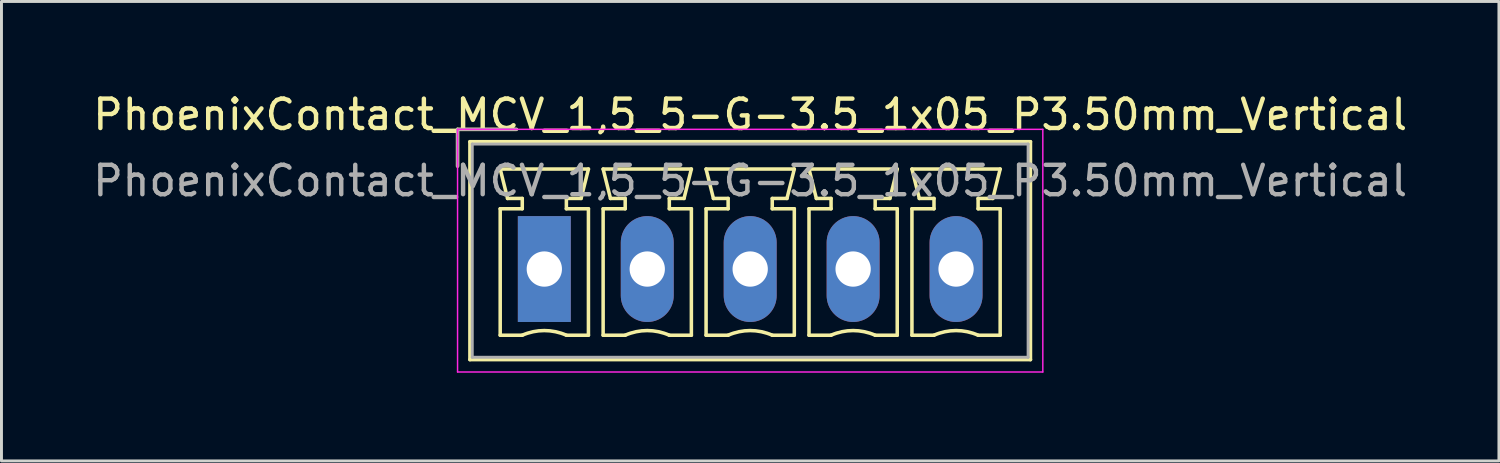
<source format=kicad_pcb>
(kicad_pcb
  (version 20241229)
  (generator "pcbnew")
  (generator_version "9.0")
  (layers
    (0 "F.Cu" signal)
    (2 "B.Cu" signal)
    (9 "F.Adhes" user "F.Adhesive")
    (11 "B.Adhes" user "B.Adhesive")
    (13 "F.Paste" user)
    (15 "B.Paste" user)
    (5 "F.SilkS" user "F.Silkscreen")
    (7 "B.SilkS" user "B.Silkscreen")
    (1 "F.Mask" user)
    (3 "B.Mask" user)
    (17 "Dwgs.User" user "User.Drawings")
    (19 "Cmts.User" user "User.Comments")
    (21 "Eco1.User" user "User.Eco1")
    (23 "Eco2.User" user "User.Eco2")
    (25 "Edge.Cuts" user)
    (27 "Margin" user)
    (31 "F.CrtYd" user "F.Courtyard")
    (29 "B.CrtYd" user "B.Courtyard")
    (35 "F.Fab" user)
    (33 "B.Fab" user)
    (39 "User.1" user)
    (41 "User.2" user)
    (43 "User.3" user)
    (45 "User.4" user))
  (footprint "PhoenixContact_MCV_1,5_5-G-3.5_1x05_P3.50mm_Vertical"
    (layer "F.Cu")
    (at 15.458 6.098)
    (property "Reference" "PhoenixContact_MCV_1,5_5-G-3.5_1x05_P3.50mm_Vertical" (at 7 -5.25 0) (layer "F.SilkS") (effects (font (size 1 1) (thickness 0.15))))
    (attr through_hole)
    (fp_line (start -2.95 -4.75) (end -0.95 -4.75) (stroke (width 0.12) (type solid)) (layer "F.SilkS"))
    (fp_line (start -2.95 -3.5) (end -2.95 -4.75) (stroke (width 0.12) (type solid)) (layer "F.SilkS"))
    (fp_line (start -2.53 -4.33) (end -2.53 3.08) (stroke (width 0.12) (type solid)) (layer "F.SilkS"))
    (fp_line (start -2.53 3.08) (end 16.53 3.08) (stroke (width 0.12) (type solid)) (layer "F.SilkS"))
    (fp_line (start -1.5 -3.4) (end 1.5 -3.4) (stroke (width 0.12) (type solid)) (layer "F.SilkS"))
    (fp_line (start -1.5 -2.05) (end -0.75 -2.05) (stroke (width 0.12) (type solid)) (layer "F.SilkS"))
    (fp_line (start -1.5 2.25) (end -1.5 -2.05) (stroke (width 0.12) (type solid)) (layer "F.SilkS"))
    (fp_line (start -1.25 -2.4) (end -1.5 -3.4) (stroke (width 0.12) (type solid)) (layer "F.SilkS"))
    (fp_line (start -0.75 -2.4) (end -1.25 -2.4) (stroke (width 0.12) (type solid)) (layer "F.SilkS"))
    (fp_line (start -0.75 -2.05) (end -0.75 -2.4) (stroke (width 0.12) (type solid)) (layer "F.SilkS"))
    (fp_line (start -0.75 2.25) (end -1.5 2.25) (stroke (width 0.12) (type solid)) (layer "F.SilkS"))
    (fp_line (start 0.75 -2.4) (end 0.75 -2.05) (stroke (width 0.12) (type solid)) (layer "F.SilkS"))
    (fp_line (start 0.75 -2.05) (end 1.5 -2.05) (stroke (width 0.12) (type solid)) (layer "F.SilkS"))
    (fp_line (start 1.25 -2.4) (end 0.75 -2.4) (stroke (width 0.12) (type solid)) (layer "F.SilkS"))
    (fp_line (start 1.5 -3.4) (end 1.25 -2.4) (stroke (width 0.12) (type solid)) (layer "F.SilkS"))
    (fp_line (start 1.5 -2.05) (end 1.5 2.25) (stroke (width 0.12) (type solid)) (layer "F.SilkS"))
    (fp_line (start 1.5 2.25) (end 0.75 2.25) (stroke (width 0.12) (type solid)) (layer "F.SilkS"))
    (fp_line (start 2 -3.4) (end 5 -3.4) (stroke (width 0.12) (type solid)) (layer "F.SilkS"))
    (fp_line (start 2 -2.05) (end 2.75 -2.05) (stroke (width 0.12) (type solid)) (layer "F.SilkS"))
    (fp_line (start 2 2.25) (end 2 -2.05) (stroke (width 0.12) (type solid)) (layer "F.SilkS"))
    (fp_line (start 2.25 -2.4) (end 2 -3.4) (stroke (width 0.12) (type solid)) (layer "F.SilkS"))
    (fp_line (start 2.75 -2.4) (end 2.25 -2.4) (stroke (width 0.12) (type solid)) (layer "F.SilkS"))
    (fp_line (start 2.75 -2.05) (end 2.75 -2.4) (stroke (width 0.12) (type solid)) (layer "F.SilkS"))
    (fp_line (start 2.75 2.25) (end 2 2.25) (stroke (width 0.12) (type solid)) (layer "F.SilkS"))
    (fp_line (start 4.25 -2.4) (end 4.25 -2.05) (stroke (width 0.12) (type solid)) (layer "F.SilkS"))
    (fp_line (start 4.25 -2.05) (end 5 -2.05) (stroke (width 0.12) (type solid)) (layer "F.SilkS"))
    (fp_line (start 4.75 -2.4) (end 4.25 -2.4) (stroke (width 0.12) (type solid)) (layer "F.SilkS"))
    (fp_line (start 5 -3.4) (end 4.75 -2.4) (stroke (width 0.12) (type solid)) (layer "F.SilkS"))
    (fp_line (start 5 -2.05) (end 5 2.25) (stroke (width 0.12) (type solid)) (layer "F.SilkS"))
    (fp_line (start 5 2.25) (end 4.25 2.25) (stroke (width 0.12) (type solid)) (layer "F.SilkS"))
    (fp_line (start 5.5 -3.4) (end 8.5 -3.4) (stroke (width 0.12) (type solid)) (layer "F.SilkS"))
    (fp_line (start 5.5 -2.05) (end 6.25 -2.05) (stroke (width 0.12) (type solid)) (layer "F.SilkS"))
    (fp_line (start 5.5 2.25) (end 5.5 -2.05) (stroke (width 0.12) (type solid)) (layer "F.SilkS"))
    (fp_line (start 5.75 -2.4) (end 5.5 -3.4) (stroke (width 0.12) (type solid)) (layer "F.SilkS"))
    (fp_line (start 6.25 -2.4) (end 5.75 -2.4) (stroke (width 0.12) (type solid)) (layer "F.SilkS"))
    (fp_line (start 6.25 -2.05) (end 6.25 -2.4) (stroke (width 0.12) (type solid)) (layer "F.SilkS"))
    (fp_line (start 6.25 2.25) (end 5.5 2.25) (stroke (width 0.12) (type solid)) (layer "F.SilkS"))
    (fp_line (start 7.75 -2.4) (end 7.75 -2.05) (stroke (width 0.12) (type solid)) (layer "F.SilkS"))
    (fp_line (start 7.75 -2.05) (end 8.5 -2.05) (stroke (width 0.12) (type solid)) (layer "F.SilkS"))
    (fp_line (start 8.25 -2.4) (end 7.75 -2.4) (stroke (width 0.12) (type solid)) (layer "F.SilkS"))
    (fp_line (start 8.5 -3.4) (end 8.25 -2.4) (stroke (width 0.12) (type solid)) (layer "F.SilkS"))
    (fp_line (start 8.5 -2.05) (end 8.5 2.25) (stroke (width 0.12) (type solid)) (layer "F.SilkS"))
    (fp_line (start 8.5 2.25) (end 7.75 2.25) (stroke (width 0.12) (type solid)) (layer "F.SilkS"))
    (fp_line (start 9 -3.4) (end 12 -3.4) (stroke (width 0.12) (type solid)) (layer "F.SilkS"))
    (fp_line (start 9 -2.05) (end 9.75 -2.05) (stroke (width 0.12) (type solid)) (layer "F.SilkS"))
    (fp_line (start 9 2.25) (end 9 -2.05) (stroke (width 0.12) (type solid)) (layer "F.SilkS"))
    (fp_line (start 9.25 -2.4) (end 9 -3.4) (stroke (width 0.12) (type solid)) (layer "F.SilkS"))
    (fp_line (start 9.75 -2.4) (end 9.25 -2.4) (stroke (width 0.12) (type solid)) (layer "F.SilkS"))
    (fp_line (start 9.75 -2.05) (end 9.75 -2.4) (stroke (width 0.12) (type solid)) (layer "F.SilkS"))
    (fp_line (start 9.75 2.25) (end 9 2.25) (stroke (width 0.12) (type solid)) (layer "F.SilkS"))
    (fp_line (start 11.25 -2.4) (end 11.25 -2.05) (stroke (width 0.12) (type solid)) (layer "F.SilkS"))
    (fp_line (start 11.25 -2.05) (end 12 -2.05) (stroke (width 0.12) (type solid)) (layer "F.SilkS"))
    (fp_line (start 11.75 -2.4) (end 11.25 -2.4) (stroke (width 0.12) (type solid)) (layer "F.SilkS"))
    (fp_line (start 12 -3.4) (end 11.75 -2.4) (stroke (width 0.12) (type solid)) (layer "F.SilkS"))
    (fp_line (start 12 -2.05) (end 12 2.25) (stroke (width 0.12) (type solid)) (layer "F.SilkS"))
    (fp_line (start 12 2.25) (end 11.25 2.25) (stroke (width 0.12) (type solid)) (layer "F.SilkS"))
    (fp_line (start 12.5 -3.4) (end 15.5 -3.4) (stroke (width 0.12) (type solid)) (layer "F.SilkS"))
    (fp_line (start 12.5 -2.05) (end 13.25 -2.05) (stroke (width 0.12) (type solid)) (layer "F.SilkS"))
    (fp_line (start 12.5 2.25) (end 12.5 -2.05) (stroke (width 0.12) (type solid)) (layer "F.SilkS"))
    (fp_line (start 12.75 -2.4) (end 12.5 -3.4) (stroke (width 0.12) (type solid)) (layer "F.SilkS"))
    (fp_line (start 13.25 -2.4) (end 12.75 -2.4) (stroke (width 0.12) (type solid)) (layer "F.SilkS"))
    (fp_line (start 13.25 -2.05) (end 13.25 -2.4) (stroke (width 0.12) (type solid)) (layer "F.SilkS"))
    (fp_line (start 13.25 2.25) (end 12.5 2.25) (stroke (width 0.12) (type solid)) (layer "F.SilkS"))
    (fp_line (start 14.75 -2.4) (end 14.75 -2.05) (stroke (width 0.12) (type solid)) (layer "F.SilkS"))
    (fp_line (start 14.75 -2.05) (end 15.5 -2.05) (stroke (width 0.12) (type solid)) (layer "F.SilkS"))
    (fp_line (start 15.25 -2.4) (end 14.75 -2.4) (stroke (width 0.12) (type solid)) (layer "F.SilkS"))
    (fp_line (start 15.5 -3.4) (end 15.25 -2.4) (stroke (width 0.12) (type solid)) (layer "F.SilkS"))
    (fp_line (start 15.5 -2.05) (end 15.5 2.25) (stroke (width 0.12) (type solid)) (layer "F.SilkS"))
    (fp_line (start 15.5 2.25) (end 14.75 2.25) (stroke (width 0.12) (type solid)) (layer "F.SilkS"))
    (fp_line (start 16.53 -4.33) (end -2.53 -4.33) (stroke (width 0.12) (type solid)) (layer "F.SilkS"))
    (fp_line (start 16.53 3.08) (end 16.53 -4.33) (stroke (width 0.12) (type solid)) (layer "F.SilkS"))
    (fp_arc (start -0.75 2.25) (mid -0.000193 2.09191) (end 0.749647 2.249844) (stroke (width 0.12) (type solid)) (layer "F.SilkS"))
    (fp_arc (start 2.75 2.25) (mid 3.499807 2.09191) (end 4.249647 2.249844) (stroke (width 0.12) (type solid)) (layer "F.SilkS"))
    (fp_arc (start 6.25 2.25) (mid 6.999807 2.09191) (end 7.749647 2.249844) (stroke (width 0.12) (type solid)) (layer "F.SilkS"))
    (fp_arc (start 9.75 2.25) (mid 10.499807 2.09191) (end 11.249647 2.249844) (stroke (width 0.12) (type solid)) (layer "F.SilkS"))
    (fp_arc (start 13.25 2.25) (mid 13.999807 2.09191) (end 14.749647 2.249844) (stroke (width 0.12) (type solid)) (layer "F.SilkS"))
    (fp_line (start -2.95 -4.75) (end -2.95 3.5) (stroke (width 0.05) (type solid)) (layer "F.CrtYd"))
    (fp_line (start -2.95 3.5) (end 16.95 3.5) (stroke (width 0.05) (type solid)) (layer "F.CrtYd"))
    (fp_line (start 16.95 -4.75) (end -2.95 -4.75) (stroke (width 0.05) (type solid)) (layer "F.CrtYd"))
    (fp_line (start 16.95 3.5) (end 16.95 -4.75) (stroke (width 0.05) (type solid)) (layer "F.CrtYd"))
    (fp_line (start -2.95 -4.75) (end -0.95 -4.75) (stroke (width 0.1) (type solid)) (layer "F.Fab"))
    (fp_line (start -2.95 -3.5) (end -2.95 -4.75) (stroke (width 0.1) (type solid)) (layer "F.Fab"))
    (fp_line (start -2.45 -4.25) (end -2.45 3) (stroke (width 0.1) (type solid)) (layer "F.Fab"))
    (fp_line (start -2.45 3) (end 16.45 3) (stroke (width 0.1) (type solid)) (layer "F.Fab"))
    (fp_line (start 16.45 -4.25) (end -2.45 -4.25) (stroke (width 0.1) (type solid)) (layer "F.Fab"))
    (fp_line (start 16.45 3) (end 16.45 -4.25) (stroke (width 0.1) (type solid)) (layer "F.Fab"))
    (fp_text user "${REFERENCE}" (at 7 -3 0) (layer "F.Fab") (effects (font (size 1 1) (thickness 0.15))))
    (pad "1" thru_hole rect (at 0 0) (size 1.8 3.6) (drill 1.2) (layers "*.Cu" "*.Mask"))
    (pad "2" thru_hole oval (at 3.5 0) (size 1.8 3.6) (drill 1.2) (layers "*.Cu" "*.Mask"))
    (pad "3" thru_hole oval (at 7 0) (size 1.8 3.6) (drill 1.2) (layers "*.Cu" "*.Mask"))
    (pad "4" thru_hole oval (at 10.5 0) (size 1.8 3.6) (drill 1.2) (layers "*.Cu" "*.Mask"))
    (pad "5" thru_hole oval (at 14 0) (size 1.8 3.6) (drill 1.2) (layers "*.Cu" "*.Mask")))
  (gr_rect
    (start -3 -3)
    (end 47.917 12.623)
    (stroke (width 0.1) (type default))
    (fill no)
    (layer "Edge.Cuts")))
</source>
